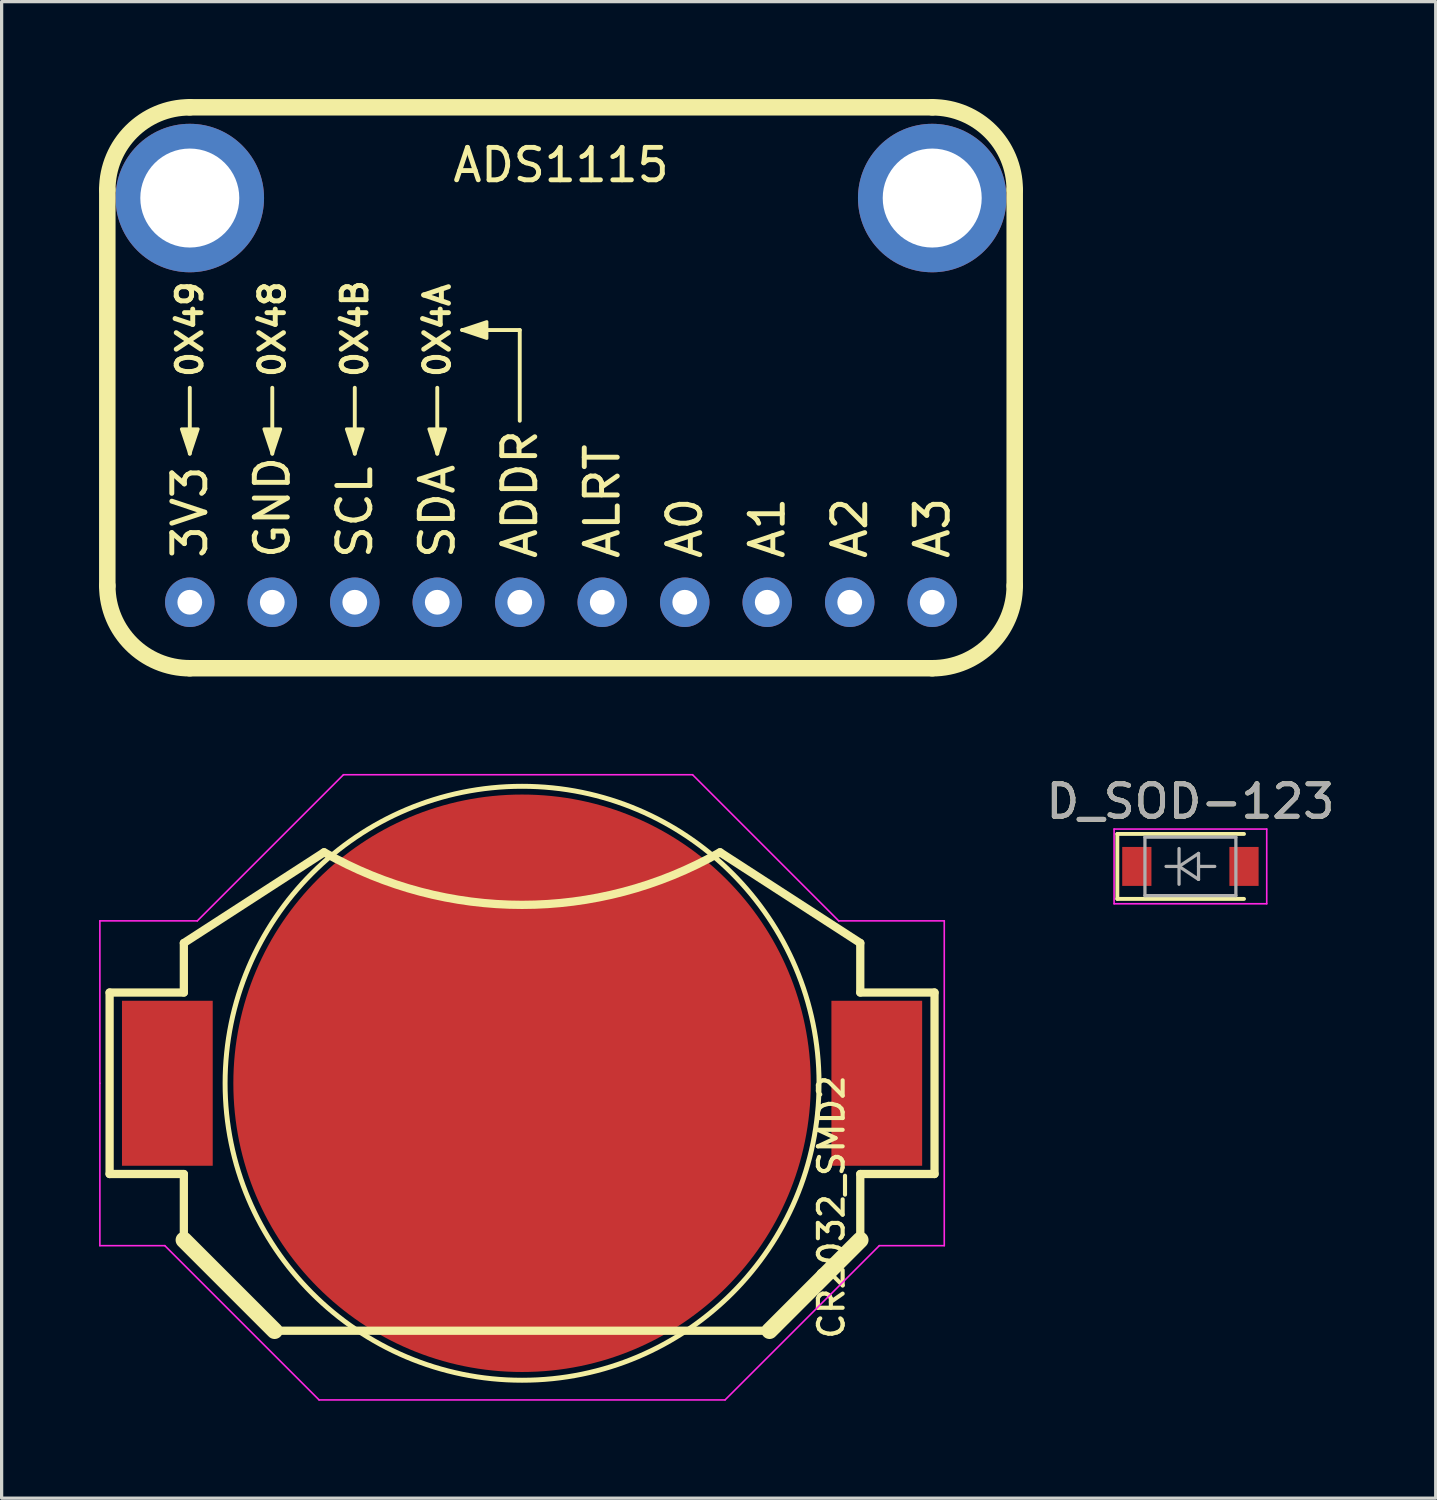
<source format=kicad_pcb>
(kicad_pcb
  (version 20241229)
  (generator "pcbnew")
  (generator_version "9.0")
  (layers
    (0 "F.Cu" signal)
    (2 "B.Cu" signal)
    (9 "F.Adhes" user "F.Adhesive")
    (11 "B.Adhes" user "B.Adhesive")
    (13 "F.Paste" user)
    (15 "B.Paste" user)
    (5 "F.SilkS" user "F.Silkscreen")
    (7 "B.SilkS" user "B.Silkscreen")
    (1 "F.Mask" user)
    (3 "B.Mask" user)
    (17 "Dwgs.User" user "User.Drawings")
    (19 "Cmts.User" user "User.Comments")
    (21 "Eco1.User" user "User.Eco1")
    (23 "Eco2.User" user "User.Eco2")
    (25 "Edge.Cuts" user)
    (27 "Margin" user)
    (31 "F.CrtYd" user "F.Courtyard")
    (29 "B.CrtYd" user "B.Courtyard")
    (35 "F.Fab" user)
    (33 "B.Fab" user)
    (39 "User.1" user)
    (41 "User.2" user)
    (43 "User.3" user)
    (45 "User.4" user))
  (footprint "CR2032_SMD2"
    (layer "F.Cu")
    (at 13.025 30.305)
    (property "Reference" "CR2032_SMD2" (at 9.525 3.81 270) (layer "F.SilkS") (effects (font (size 0.762 0.762) (thickness 0.127))))
    (attr smd)
    (fp_line (start -12.7 -2.794) (end -10.414 -2.794) (stroke (width 0.254) (type solid)) (layer "F.SilkS"))
    (fp_line (start -12.7 2.794) (end -12.7 -2.794) (stroke (width 0.254) (type solid)) (layer "F.SilkS"))
    (fp_line (start -10.414 -4.318) (end -6.096 -7.112) (stroke (width 0.254) (type solid)) (layer "F.SilkS"))
    (fp_line (start -10.414 -2.794) (end -10.414 -4.318) (stroke (width 0.254) (type solid)) (layer "F.SilkS"))
    (fp_line (start -10.414 2.794) (end -12.7 2.794) (stroke (width 0.254) (type solid)) (layer "F.SilkS"))
    (fp_line (start -10.414 4.826) (end -10.414 2.794) (stroke (width 0.254) (type solid)) (layer "F.SilkS"))
    (fp_line (start -7.62 7.62) (end -10.414 4.826) (stroke (width 0.508) (type solid)) (layer "F.SilkS"))
    (fp_line (start 7.62 7.62) (end -7.62 7.62) (stroke (width 0.254) (type solid)) (layer "F.SilkS"))
    (fp_line (start 7.62 7.62) (end 10.414 4.826) (stroke (width 0.508) (type solid)) (layer "F.SilkS"))
    (fp_line (start 10.414 -4.318) (end 6.096 -7.112) (stroke (width 0.254) (type solid)) (layer "F.SilkS"))
    (fp_line (start 10.414 -2.794) (end 10.414 -4.318) (stroke (width 0.254) (type solid)) (layer "F.SilkS"))
    (fp_line (start 10.414 2.794) (end 10.414 4.826) (stroke (width 0.254) (type solid)) (layer "F.SilkS"))
    (fp_line (start 10.414 2.794) (end 12.7 2.794) (stroke (width 0.254) (type solid)) (layer "F.SilkS"))
    (fp_line (start 12.7 -2.794) (end 10.414 -2.794) (stroke (width 0.254) (type solid)) (layer "F.SilkS"))
    (fp_line (start 12.7 2.794) (end 12.7 -2.794) (stroke (width 0.254) (type solid)) (layer "F.SilkS"))
    (fp_arc (start 6.096 -7.112) (mid 0 -5.493119) (end -6.096 -7.112) (stroke (width 0.254) (type solid)) (layer "F.SilkS"))
    (fp_circle (center 0 0) (end 0 -9.144) (stroke (width 0.152) (type solid)) (fill no) (layer "F.SilkS"))
    (fp_line (start -13 -5) (end -10 -5) (stroke (width 0.05) (type solid)) (layer "F.CrtYd"))
    (fp_line (start -13 0) (end -13 -5) (stroke (width 0.05) (type solid)) (layer "F.CrtYd"))
    (fp_line (start -13 5) (end -13 0) (stroke (width 0.05) (type solid)) (layer "F.CrtYd"))
    (fp_line (start -11 5) (end -13 5) (stroke (width 0.05) (type solid)) (layer "F.CrtYd"))
    (fp_line (start -10 -5) (end -5.5 -9.5) (stroke (width 0.05) (type solid)) (layer "F.CrtYd"))
    (fp_line (start -6.25 9.75) (end -11 5) (stroke (width 0.05) (type solid)) (layer "F.CrtYd"))
    (fp_line (start -5.5 -9.5) (end 5.25 -9.5) (stroke (width 0.05) (type solid)) (layer "F.CrtYd"))
    (fp_line (start 5.25 -9.5) (end 9.75 -5) (stroke (width 0.05) (type solid)) (layer "F.CrtYd"))
    (fp_line (start 6.25 9.75) (end -6.25 9.75) (stroke (width 0.05) (type solid)) (layer "F.CrtYd"))
    (fp_line (start 9.75 -5) (end 13 -5) (stroke (width 0.05) (type solid)) (layer "F.CrtYd"))
    (fp_line (start 11 5) (end 6.25 9.75) (stroke (width 0.05) (type solid)) (layer "F.CrtYd"))
    (fp_line (start 13 -5) (end 13 5) (stroke (width 0.05) (type solid)) (layer "F.CrtYd"))
    (fp_line (start 13 5) (end 11 5) (stroke (width 0.05) (type solid)) (layer "F.CrtYd"))
    (pad "1" smd rect (at -10.922 0) (size 2.794 5.08) (layers "F.Cu" "F.Mask" "F.Paste"))
    (pad "1" smd rect (at 10.922 0) (size 2.794 5.08) (layers "F.Cu" "F.Mask" "F.Paste"))
    (pad "2" smd circle (at 0 0) (size 17.78 17.78) (layers "F.Cu" "F.Mask")))
  (footprint "ADS1115"
    (layer "F.Cu")
    (at 14.224 15.494)
    (property "Reference" "ADS1115" (at 0 -13.462 0) (layer "F.SilkS") (effects (font (size 1 1) (thickness 0.15))))
    (attr through_hole)
    (fp_line (start -13.97 -0.508) (end -13.97 -12.7) (stroke (width 0.508) (type solid)) (layer "F.SilkS"))
    (fp_line (start -11.43 -15.24) (end 11.43 -15.24) (stroke (width 0.508) (type solid)) (layer "F.SilkS"))
    (fp_line (start -11.43 -6.604) (end -11.43 -4.572) (stroke (width 0.12) (type solid)) (layer "F.SilkS"))
    (fp_line (start -8.89 -6.604) (end -8.89 -4.572) (stroke (width 0.12) (type solid)) (layer "F.SilkS"))
    (fp_line (start -6.35 -6.604) (end -6.35 -4.572) (stroke (width 0.12) (type solid)) (layer "F.SilkS"))
    (fp_line (start -3.81 -6.604) (end -3.81 -4.572) (stroke (width 0.12) (type solid)) (layer "F.SilkS"))
    (fp_line (start -1.27 -8.382) (end -3.048 -8.382) (stroke (width 0.12) (type solid)) (layer "F.SilkS"))
    (fp_line (start -1.27 -5.588) (end -1.27 -8.382) (stroke (width 0.12) (type solid)) (layer "F.SilkS"))
    (fp_line (start 11.43 2.032) (end -11.43 2.032) (stroke (width 0.508) (type solid)) (layer "F.SilkS"))
    (fp_line (start 13.97 -12.7) (end 13.97 -0.508) (stroke (width 0.508) (type solid)) (layer "F.SilkS"))
    (fp_arc (start -13.97 -12.7) (mid -13.226051 -14.496051) (end -11.43 -15.24) (stroke (width 0.508) (type solid)) (layer "F.SilkS"))
    (fp_arc (start -11.43 2.032) (mid -13.226051 1.288051) (end -13.97 -0.508) (stroke (width 0.508) (type solid)) (layer "F.SilkS"))
    (fp_arc (start 11.43 -15.24) (mid 13.226051 -14.496051) (end 13.97 -12.7) (stroke (width 0.508) (type solid)) (layer "F.SilkS"))
    (fp_arc (start 13.97 -0.508) (mid 13.226051 1.288051) (end 11.43 2.032) (stroke (width 0.508) (type solid)) (layer "F.SilkS"))
    (fp_poly (pts (xy -11.43 -4.572) (xy -11.684 -5.334) (xy -11.176 -5.334)) (stroke (width 0.1) (type solid)) (fill yes) (layer "F.SilkS"))
    (fp_poly (pts (xy -8.89 -4.572) (xy -9.144 -5.334) (xy -8.636 -5.334)) (stroke (width 0.1) (type solid)) (fill yes) (layer "F.SilkS"))
    (fp_poly (pts (xy -6.35 -4.572) (xy -6.604 -5.334) (xy -6.096 -5.334)) (stroke (width 0.1) (type solid)) (fill yes) (layer "F.SilkS"))
    (fp_poly (pts (xy -3.81 -4.572) (xy -4.064 -5.334) (xy -3.556 -5.334)) (stroke (width 0.1) (type solid)) (fill yes) (layer "F.SilkS"))
    (fp_poly (pts (xy -2.286 -8.128) (xy -3.048 -8.382) (xy -2.286 -8.636)) (stroke (width 0.1) (type solid)) (fill yes) (layer "F.SilkS"))
    (fp_text user "SDA" (at -3.81 -1.27 90) (layer "F.SilkS") (effects (font (size 1.016 1.016) (thickness 0.152)) (justify left)))
    (fp_text user "0X49" (at -11.43 -6.858 90) (layer "F.SilkS") (effects (font (size 0.762 0.762) (thickness 0.152)) (justify left)))
    (fp_text user "3V3" (at -11.43 -1.27 90) (layer "F.SilkS") (effects (font (size 1.016 1.016) (thickness 0.152)) (justify left)))
    (fp_text user "ADDR" (at -1.27 -1.27 90) (layer "F.SilkS") (effects (font (size 1.016 1.016) (thickness 0.152)) (justify left)))
    (fp_text user "ALRT" (at 1.27 -1.27 90) (layer "F.SilkS") (effects (font (size 1.016 1.016) (thickness 0.152)) (justify left)))
    (fp_text user "A1" (at 6.35 -1.27 90) (layer "F.SilkS") (effects (font (size 1.016 1.016) (thickness 0.152)) (justify left)))
    (fp_text user "0X4B" (at -6.35 -6.858 90) (layer "F.SilkS") (effects (font (size 0.762 0.762) (thickness 0.152)) (justify left)))
    (fp_text user "0X4A" (at -3.81 -6.858 90) (layer "F.SilkS") (effects (font (size 0.762 0.762) (thickness 0.152)) (justify left)))
    (fp_text user "A0" (at 3.81 -1.27 90) (layer "F.SilkS") (effects (font (size 1.016 1.016) (thickness 0.152)) (justify left)))
    (fp_text user "GND" (at -8.89 -1.27 90) (layer "F.SilkS") (effects (font (size 1.016 1.016) (thickness 0.152)) (justify left)))
    (fp_text user "A3" (at 11.43 -1.27 90) (layer "F.SilkS") (effects (font (size 1.016 1.016) (thickness 0.152)) (justify left)))
    (fp_text user "0X48" (at -8.89 -6.858 90) (layer "F.SilkS") (effects (font (size 0.762 0.762) (thickness 0.152)) (justify left)))
    (fp_text user "SCL" (at -6.35 -1.27 90) (layer "F.SilkS") (effects (font (size 1.016 1.016) (thickness 0.152)) (justify left)))
    (fp_text user "A2" (at 8.89 -1.27 90) (layer "F.SilkS") (effects (font (size 1.016 1.016) (thickness 0.152)) (justify left)))
    (pad "1" thru_hole circle (at -11.43 0) (size 1.524 1.524) (drill 0.762) (layers "*.Cu" "*.Mask"))
    (pad "2" thru_hole circle (at -8.89 0) (size 1.524 1.524) (drill 0.762) (layers "*.Cu" "*.Mask"))
    (pad "3" thru_hole circle (at -6.35 0) (size 1.524 1.524) (drill 0.762) (layers "*.Cu" "*.Mask"))
    (pad "4" thru_hole circle (at -3.81 0) (size 1.524 1.524) (drill 0.762) (layers "*.Cu" "*.Mask"))
    (pad "5" thru_hole circle (at -1.27 0) (size 1.524 1.524) (drill 0.762) (layers "*.Cu" "*.Mask"))
    (pad "6" thru_hole circle (at 1.27 0) (size 1.524 1.524) (drill 0.762) (layers "*.Cu" "*.Mask"))
    (pad "7" thru_hole circle (at 3.81 0) (size 1.524 1.524) (drill 0.762) (layers "*.Cu" "*.Mask"))
    (pad "8" thru_hole circle (at 6.35 0) (size 1.524 1.524) (drill 0.762) (layers "*.Cu" "*.Mask"))
    (pad "9" thru_hole circle (at 8.89 0) (size 1.524 1.524) (drill 0.762) (layers "*.Cu" "*.Mask"))
    (pad "10" thru_hole circle (at 11.43 0) (size 1.524 1.524) (drill 0.762) (layers "*.Cu" "*.Mask"))
    (pad "11" thru_hole circle (at -11.43 -12.446) (size 4.572 4.572) (drill 3.048) (layers "*.Cu" "*.Mask"))
    (pad "12" thru_hole circle (at 11.43 -12.446) (size 4.572 4.572) (drill 3.048) (layers "*.Cu" "*.Mask")))
  (footprint "D_SOD-123"
    (layer "F.Cu")
    (at 33.604 23.628)
    (property "Reference" "D_SOD-123" (at 0 -2 0) (layer "F.SilkS") (effects (font (size 1 1) (thickness 0.15))))
    (attr smd)
    (fp_line (start -2.25 -1) (end -2.25 1) (stroke (width 0.12) (type solid)) (layer "F.SilkS"))
    (fp_line (start -2.25 -1) (end 1.65 -1) (stroke (width 0.12) (type solid)) (layer "F.SilkS"))
    (fp_line (start -2.25 1) (end 1.65 1) (stroke (width 0.12) (type solid)) (layer "F.SilkS"))
    (fp_line (start -2.35 -1.15) (end -2.35 1.15) (stroke (width 0.05) (type solid)) (layer "F.CrtYd"))
    (fp_line (start -2.35 -1.15) (end 2.35 -1.15) (stroke (width 0.05) (type solid)) (layer "F.CrtYd"))
    (fp_line (start 2.35 -1.15) (end 2.35 1.15) (stroke (width 0.05) (type solid)) (layer "F.CrtYd"))
    (fp_line (start 2.35 1.15) (end -2.35 1.15) (stroke (width 0.05) (type solid)) (layer "F.CrtYd"))
    (fp_line (start -1.4 -0.9) (end 1.4 -0.9) (stroke (width 0.1) (type solid)) (layer "F.Fab"))
    (fp_line (start -1.4 0.9) (end -1.4 -0.9) (stroke (width 0.1) (type solid)) (layer "F.Fab"))
    (fp_line (start -0.75 0) (end -0.35 0) (stroke (width 0.1) (type solid)) (layer "F.Fab"))
    (fp_line (start -0.35 0) (end -0.35 -0.55) (stroke (width 0.1) (type solid)) (layer "F.Fab"))
    (fp_line (start -0.35 0) (end -0.35 0.55) (stroke (width 0.1) (type solid)) (layer "F.Fab"))
    (fp_line (start -0.35 0) (end 0.25 -0.4) (stroke (width 0.1) (type solid)) (layer "F.Fab"))
    (fp_line (start 0.25 -0.4) (end 0.25 0.4) (stroke (width 0.1) (type solid)) (layer "F.Fab"))
    (fp_line (start 0.25 0) (end 0.75 0) (stroke (width 0.1) (type solid)) (layer "F.Fab"))
    (fp_line (start 0.25 0.4) (end -0.35 0) (stroke (width 0.1) (type solid)) (layer "F.Fab"))
    (fp_line (start 1.4 -0.9) (end 1.4 0.9) (stroke (width 0.1) (type solid)) (layer "F.Fab"))
    (fp_line (start 1.4 0.9) (end -1.4 0.9) (stroke (width 0.1) (type solid)) (layer "F.Fab"))
    (fp_text user "${REFERENCE}" (at 0 -2 0) (layer "F.Fab") (effects (font (size 1 1) (thickness 0.15))))
    (pad "1" smd rect (at 1.65 0) (size 0.9 1.2) (layers "F.Cu" "F.Mask" "F.Paste"))
    (pad "2" smd rect (at -1.65 0) (size 0.9 1.2) (layers "F.Cu" "F.Mask" "F.Paste")))
  (gr_rect
    (start -3 -3)
    (end 41.157 43.08)
    (stroke (width 0.1) (type default))
    (fill no)
    (layer "Edge.Cuts")))
</source>
